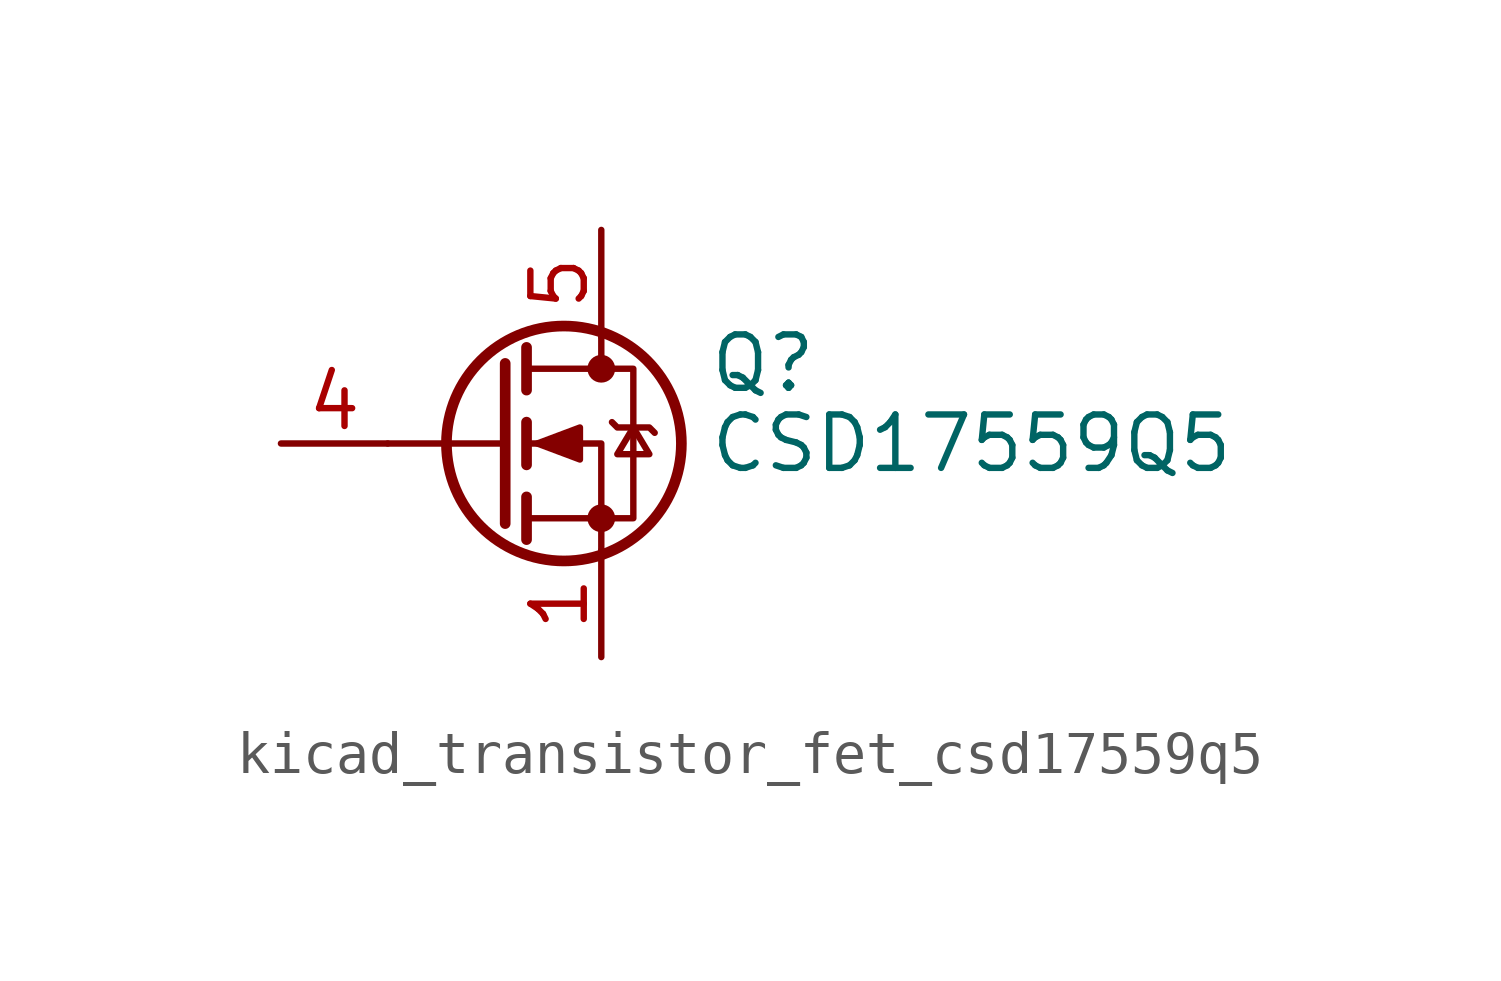
<source format=kicad_sym>
(kicad_symbol_lib
  (version 20220914)
  (generator kicad_symbol_editor)
  (symbol "kicad_transistor_fet_csd17559q5"
    (pin_names hide)
    (property "Reference" "Q"
      (at 5.08 1.905 0)
      (effects (font (size 1.27 1.27)) (justify left)))
    (property "Value" "CSD17559Q5"
      (at 5.08 0 0)
      (effects (font (size 1.27 1.27)) (justify left)))
    (symbol "kicad_transistor_fet_csd17559q5_0_1"
      (polyline (pts (xy 0.254 0) (xy -2.54 0)) (stroke (width 0) (type default)) (fill (type none)))
      (polyline (pts (xy 0.254 1.905) (xy 0.254 -1.905)) (stroke (width 0.254) (type default)) (fill (type none)))
      (polyline (pts (xy 0.762 -1.27) (xy 0.762 -2.286)) (stroke (width 0.254) (type default)) (fill (type none)))
      (polyline (pts (xy 0.762 0.508) (xy 0.762 -0.508)) (stroke (width 0.254) (type default)) (fill (type none)))
      (polyline (pts (xy 0.762 2.286) (xy 0.762 1.27)) (stroke (width 0.254) (type default)) (fill (type none)))
      (polyline (pts (xy 2.54 2.54) (xy 2.54 1.778)) (stroke (width 0) (type default)) (fill (type none)))
      (polyline (pts (xy 2.54 -2.54) (xy 2.54 0) (xy 0.762 0)) (stroke (width 0) (type default)) (fill (type none)))
      (polyline (pts (xy 0.762 -1.778) (xy 3.302 -1.778) (xy 3.302 1.778) (xy 0.762 1.778)) (stroke (width 0) (type default)) (fill (type none)))
      (polyline (pts (xy 1.016 0) (xy 2.032 0.381) (xy 2.032 -0.381) (xy 1.016 0)) (stroke (width 0) (type default)) (fill (type outline)))
      (polyline (pts (xy 2.794 0.508) (xy 2.921 0.381) (xy 3.683 0.381) (xy 3.81 0.254)) (stroke (width 0) (type default)) (fill (type none)))
      (polyline (pts (xy 3.302 0.381) (xy 2.921 -0.254) (xy 3.683 -0.254) (xy 3.302 0.381)) (stroke (width 0) (type default)) (fill (type none)))
      (circle (center 1.651 0) (radius 2.794) (stroke (width 0.254) (type default)) (fill (type none)))
      (circle (center 2.54 -1.778) (radius 0.254) (stroke (width 0) (type default)) (fill (type outline)))
      (circle (center 2.54 1.778) (radius 0.254) (stroke (width 0) (type default)) (fill (type outline))))
    (symbol "kicad_transistor_fet_csd17559q5_1_1"
      (pin passive line (at 2.54 -5.08 90) (length 2.54) (name "S" (effects (font (size 1.27 1.27)))) (number "1" (effects (font (size 1.27 1.27)))))
      (pin passive line (at 2.54 -5.08 90) (length 2.54) hide (name "S" (effects (font (size 1.27 1.27)))) (number "2" (effects (font (size 1.27 1.27)))))
      (pin passive line (at 2.54 -5.08 90) (length 2.54) hide (name "S" (effects (font (size 1.27 1.27)))) (number "3" (effects (font (size 1.27 1.27)))))
      (pin passive line (at -5.08 0 0) (length 2.54) (name "G" (effects (font (size 1.27 1.27)))) (number "4" (effects (font (size 1.27 1.27)))))
      (pin passive line (at 2.54 5.08 270) (length 2.54) (name "D" (effects (font (size 1.27 1.27)))) (number "5" (effects (font (size 1.27 1.27))))))))
</source>
